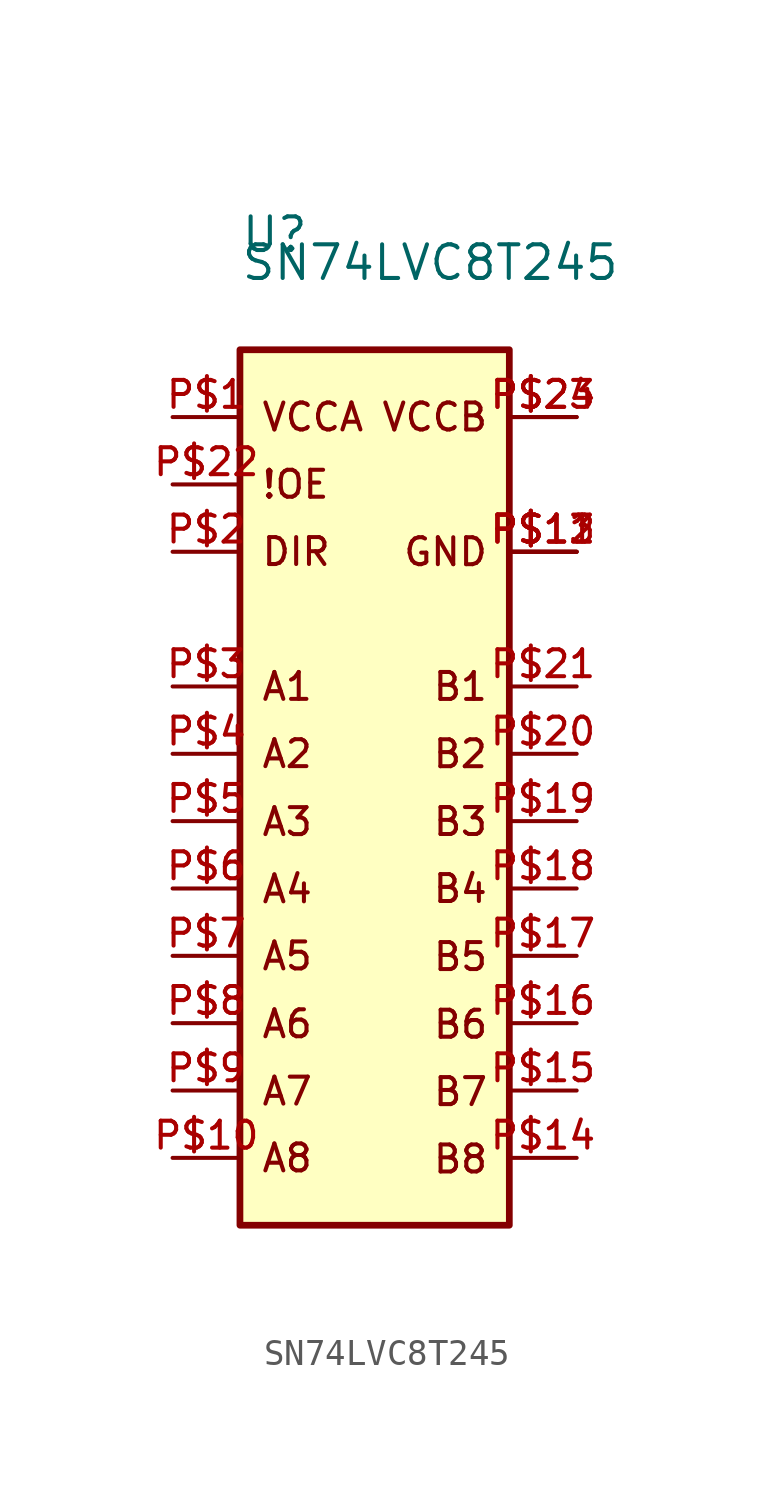
<source format=kicad_sym>
(kicad_symbol_lib
  (version 20211014)
  (generator kicad_symbol_editor)
  (symbol "SN74LVC8T245"
    (pin_names
      (offset 1.016))
    (property "Reference" "U"
      (at 0.0 5.083 0)
      (effects (font (size 1.27 1.27)) (justify top left)))
    (property "Value" "SN74LVC8T245"
      (at 0.0 2.543 0)
      (effects (font (size 1.27 1.27)) (justify bottom left)))
    (symbol "SN74LVC8T245_0_0"
      (text "VCCA" (at 0.763 -2.544 0) (effects (font (size 1.017 1.017)) (justify left)))
      (text "!OE" (at 0.762 -5.081 0) (effects (font (size 1.016 1.016)) (justify left)))
      (text "A1" (at 0.762 -12.706 0) (effects (font (size 1.016 1.016)) (justify left)))
      (text "A2" (at 0.762 -15.243 0) (effects (font (size 1.016 1.016)) (justify left)))
      (text "A3" (at 0.763 -17.806 0) (effects (font (size 1.017 1.017)) (justify left)))
      (text "A4" (at 0.763 -20.342 0) (effects (font (size 1.017 1.017)) (justify left)))
      (text "A5" (at 0.762 -22.872 0) (effects (font (size 1.017 1.017)) (justify left)))
      (text "A6" (at 0.763 -25.431 0) (effects (font (size 1.017 1.017)) (justify left)))
      (text "A7" (at 0.763 -27.97 0) (effects (font (size 1.017 1.017)) (justify left)))
      (text "A8" (at 0.762 -30.49 0) (effects (font (size 1.016 1.016)) (justify left)))
      (text "B8" (at 9.413 -30.53 0) (effects (font (size 1.018 1.018)) (justify right)))
      (text "B7" (at 9.415 -27.989 0) (effects (font (size 1.018 1.018)) (justify right)))
      (text "B6" (at 9.416 -25.447 0) (effects (font (size 1.018 1.018)) (justify right)))
      (text "B5" (at 9.413 -22.896 0) (effects (font (size 1.018 1.018)) (justify right)))
      (text "B4" (at 9.402 -20.33 0) (effects (font (size 1.016 1.016)) (justify right)))
      (text "B3" (at 9.409 -17.802 0) (effects (font (size 1.017 1.017)) (justify right)))
      (text "B2" (at 9.402 -15.246 0) (effects (font (size 1.016 1.016)) (justify right)))
      (text "B1" (at 9.404 -12.708 0) (effects (font (size 1.017 1.017)) (justify right)))
      (text "GND" (at 9.405 -7.626 0) (effects (font (size 1.017 1.017)) (justify right)))
      (text "VCCB" (at 9.412 -2.544 0) (effects (font (size 1.018 1.018)) (justify right)))
      (text "DIR" (at 0.762 -7.62 0) (effects (font (size 1.016 1.016)) (justify left)))
      (rectangle (start -8.881784197e-16 -33.02) (end 10.16 3.5527136788e-15) (stroke (width 0.254)) (fill (type background)))
      (pin bidirectional line (at -2.54 -5.08 0) (length 2.54) (name "~" (effects (font (size 1.016 1.016)))) (number "P$22" (effects (font (size 1.016 1.016)))))
      (pin bidirectional line (at -2.54 -2.54 0) (length 2.54) (name "~" (effects (font (size 1.016 1.016)))) (number "P$1" (effects (font (size 1.016 1.016)))))
      (pin bidirectional line (at 12.7 -2.54 180.0) (length 2.54) (name "~" (effects (font (size 1.016 1.016)))) (number "P$23" (effects (font (size 1.016 1.016)))))
      (pin bidirectional line (at 12.7 -2.54 180.0) (length 2.54) (name "~" (effects (font (size 1.016 1.016)))) (number "P$24" (effects (font (size 1.016 1.016)))))
      (pin bidirectional line (at 12.7 -7.62 180.0) (length 2.54) (name "~" (effects (font (size 1.016 1.016)))) (number "P$11" (effects (font (size 1.016 1.016)))))
      (pin bidirectional line (at 12.7 -7.62 180.0) (length 2.54) (name "~" (effects (font (size 1.016 1.016)))) (number "P$12" (effects (font (size 1.016 1.016)))))
      (pin bidirectional line (at 12.7 -7.62 180.0) (length 2.54) (name "~" (effects (font (size 1.016 1.016)))) (number "P$13" (effects (font (size 1.016 1.016)))))
      (pin bidirectional line (at -2.54 -12.7 0) (length 2.54) (name "~" (effects (font (size 1.016 1.016)))) (number "P$3" (effects (font (size 1.016 1.016)))))
      (pin bidirectional line (at -2.54 -15.24 0) (length 2.54) (name "~" (effects (font (size 1.016 1.016)))) (number "P$4" (effects (font (size 1.016 1.016)))))
      (pin bidirectional line (at -2.54 -17.78 0) (length 2.54) (name "~" (effects (font (size 1.016 1.016)))) (number "P$5" (effects (font (size 1.016 1.016)))))
      (pin bidirectional line (at -2.54 -20.32 0) (length 2.54) (name "~" (effects (font (size 1.016 1.016)))) (number "P$6" (effects (font (size 1.016 1.016)))))
      (pin bidirectional line (at -2.54 -22.86 0) (length 2.54) (name "~" (effects (font (size 1.016 1.016)))) (number "P$7" (effects (font (size 1.016 1.016)))))
      (pin bidirectional line (at -2.54 -27.94 0) (length 2.54) (name "~" (effects (font (size 1.016 1.016)))) (number "P$9" (effects (font (size 1.016 1.016)))))
      (pin bidirectional line (at -2.54 -25.4 0) (length 2.54) (name "~" (effects (font (size 1.016 1.016)))) (number "P$8" (effects (font (size 1.016 1.016)))))
      (pin bidirectional line (at -2.54 -30.48 0) (length 2.54) (name "~" (effects (font (size 1.016 1.016)))) (number "P$10" (effects (font (size 1.016 1.016)))))
      (pin bidirectional line (at 12.7 -12.7 180.0) (length 2.54) (name "~" (effects (font (size 1.016 1.016)))) (number "P$21" (effects (font (size 1.016 1.016)))))
      (pin bidirectional line (at 12.7 -15.24 180.0) (length 2.54) (name "~" (effects (font (size 1.016 1.016)))) (number "P$20" (effects (font (size 1.016 1.016)))))
      (pin bidirectional line (at 12.7 -17.78 180.0) (length 2.54) (name "~" (effects (font (size 1.016 1.016)))) (number "P$19" (effects (font (size 1.016 1.016)))))
      (pin bidirectional line (at 12.7 -20.32 180.0) (length 2.54) (name "~" (effects (font (size 1.016 1.016)))) (number "P$18" (effects (font (size 1.016 1.016)))))
      (pin bidirectional line (at 12.7 -22.86 180.0) (length 2.54) (name "~" (effects (font (size 1.016 1.016)))) (number "P$17" (effects (font (size 1.016 1.016)))))
      (pin bidirectional line (at 12.7 -25.4 180.0) (length 2.54) (name "~" (effects (font (size 1.016 1.016)))) (number "P$16" (effects (font (size 1.016 1.016)))))
      (pin bidirectional line (at 12.7 -27.94 180.0) (length 2.54) (name "~" (effects (font (size 1.016 1.016)))) (number "P$15" (effects (font (size 1.016 1.016)))))
      (pin bidirectional line (at 12.7 -30.48 180.0) (length 2.54) (name "~" (effects (font (size 1.016 1.016)))) (number "P$14" (effects (font (size 1.016 1.016)))))
      (pin bidirectional line (at -2.54 -7.62 0) (length 2.54) (name "~" (effects (font (size 1.016 1.016)))) (number "P$2" (effects (font (size 1.016 1.016))))))))
</source>
